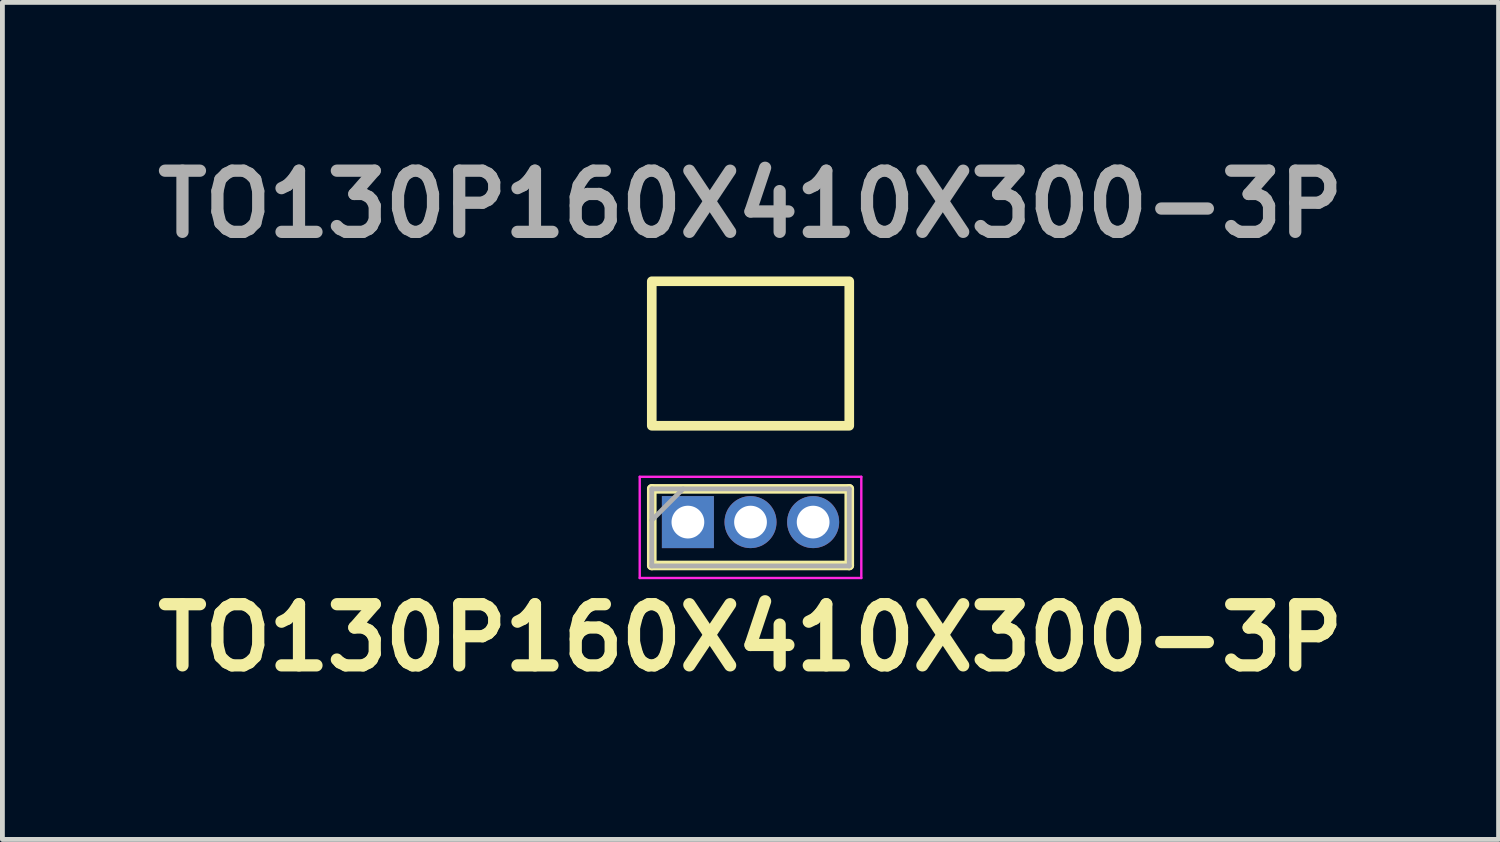
<source format=kicad_pcb>
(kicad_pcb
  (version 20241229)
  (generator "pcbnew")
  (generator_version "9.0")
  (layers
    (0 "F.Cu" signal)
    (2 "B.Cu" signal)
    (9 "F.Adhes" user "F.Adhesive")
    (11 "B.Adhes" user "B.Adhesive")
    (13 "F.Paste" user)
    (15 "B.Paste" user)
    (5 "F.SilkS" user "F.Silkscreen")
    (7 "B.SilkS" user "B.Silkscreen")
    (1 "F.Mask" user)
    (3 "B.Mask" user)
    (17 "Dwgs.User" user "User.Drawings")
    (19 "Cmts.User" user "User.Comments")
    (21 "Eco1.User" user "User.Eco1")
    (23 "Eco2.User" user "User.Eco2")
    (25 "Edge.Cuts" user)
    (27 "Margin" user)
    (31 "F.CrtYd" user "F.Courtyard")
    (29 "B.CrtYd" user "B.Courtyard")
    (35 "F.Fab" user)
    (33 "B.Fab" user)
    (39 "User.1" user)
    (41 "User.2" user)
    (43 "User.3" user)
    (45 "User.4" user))
  (footprint "TO130P160X410X300-3P"
    (layer "F.Cu")
    (at 12.531 7.789)
    (property "Reference" "TO130P160X410X300-3P" (at 0 2.4 0) (layer "F.SilkS") (effects (font (size 1.27 1.27) (thickness 0.254))))
    (attr through_hole)
    (fp_line (start -2.05 -0.69) (end -2.05 0.9) (stroke (width 0.2) (type solid)) (layer "F.SilkS"))
    (fp_line (start 2.05 -0.69) (end -2.05 -0.69) (stroke (width 0.2) (type solid)) (layer "F.SilkS"))
    (fp_line (start 2.05 0.9) (end -2.05 0.9) (stroke (width 0.2) (type solid)) (layer "F.SilkS"))
    (fp_line (start 2.05 0.9) (end 2.05 -0.69) (stroke (width 0.2) (type solid)) (layer "F.SilkS"))
    (fp_rect (start -2.05 -5) (end 2.05 -2) (stroke (width 0.2) (type default)) (fill no) (layer "F.SilkS"))
    (fp_line (start -2.3 -0.94) (end 2.3 -0.94) (stroke (width 0.05) (type solid)) (layer "F.CrtYd"))
    (fp_line (start -2.3 1.16) (end -2.3 -0.94) (stroke (width 0.05) (type solid)) (layer "F.CrtYd"))
    (fp_line (start 2.3 -0.94) (end 2.3 1.16) (stroke (width 0.05) (type solid)) (layer "F.CrtYd"))
    (fp_line (start 2.3 1.16) (end -2.3 1.16) (stroke (width 0.05) (type solid)) (layer "F.CrtYd"))
    (fp_line (start -2.05 -0.69) (end 2.05 -0.69) (stroke (width 0.1) (type solid)) (layer "F.Fab"))
    (fp_line (start -2.05 -0.04) (end -1.4 -0.69) (stroke (width 0.1) (type solid)) (layer "F.Fab"))
    (fp_line (start -2.05 0.91) (end -2.05 -0.69) (stroke (width 0.1) (type solid)) (layer "F.Fab"))
    (fp_line (start 2.05 -0.69) (end 2.05 0.91) (stroke (width 0.1) (type solid)) (layer "F.Fab"))
    (fp_line (start 2.05 0.91) (end -2.05 0.91) (stroke (width 0.1) (type solid)) (layer "F.Fab"))
    (fp_text user "${REFERENCE}" (at 0 -6.6 0) (layer "F.Fab") (effects (font (size 1.27 1.27) (thickness 0.254))))
    (pad "1" thru_hole rect (at -1.3 0) (size 1.08 1.08) (drill 0.68) (layers "*.Cu" "*.Mask"))
    (pad "2" thru_hole circle (at 0 0) (size 1.08 1.08) (drill 0.68) (layers "*.Cu" "*.Mask"))
    (pad "3" thru_hole circle (at 1.3 0) (size 1.08 1.08) (drill 0.68) (layers "*.Cu" "*.Mask")))
  (gr_rect
    (start -3 -3)
    (end 28.061 14.377)
    (stroke (width 0.1) (type default))
    (fill no)
    (layer "Edge.Cuts")))
</source>
